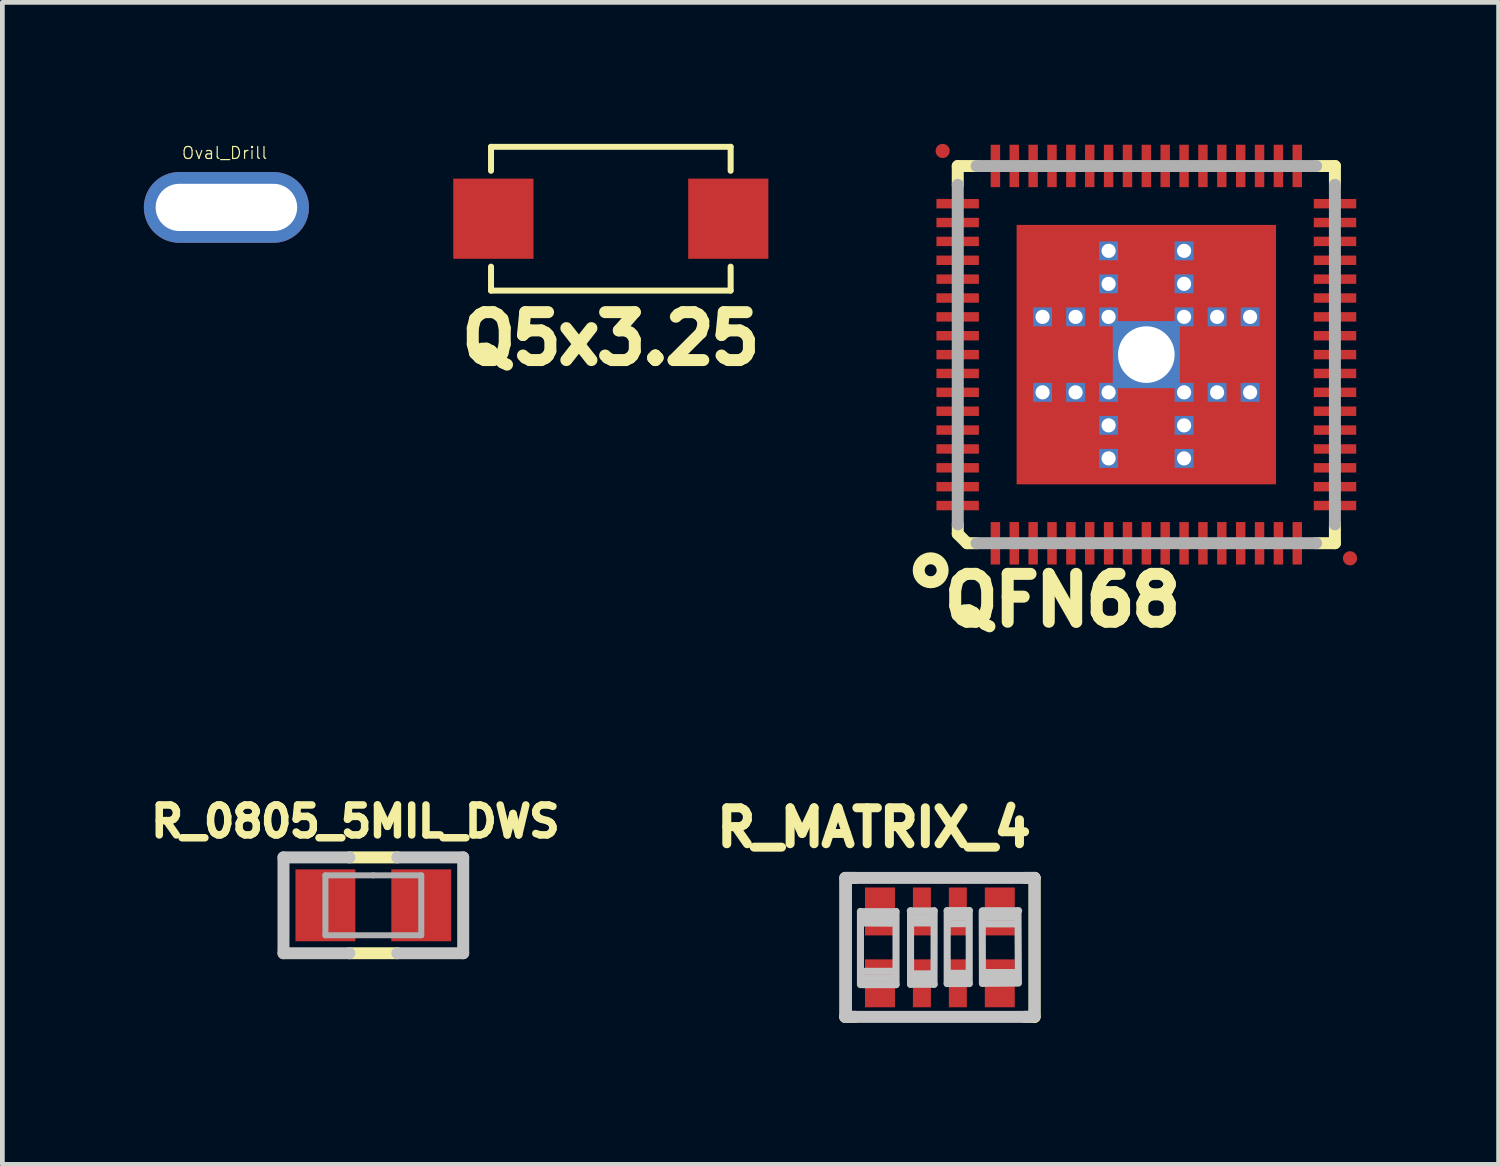
<source format=kicad_pcb>
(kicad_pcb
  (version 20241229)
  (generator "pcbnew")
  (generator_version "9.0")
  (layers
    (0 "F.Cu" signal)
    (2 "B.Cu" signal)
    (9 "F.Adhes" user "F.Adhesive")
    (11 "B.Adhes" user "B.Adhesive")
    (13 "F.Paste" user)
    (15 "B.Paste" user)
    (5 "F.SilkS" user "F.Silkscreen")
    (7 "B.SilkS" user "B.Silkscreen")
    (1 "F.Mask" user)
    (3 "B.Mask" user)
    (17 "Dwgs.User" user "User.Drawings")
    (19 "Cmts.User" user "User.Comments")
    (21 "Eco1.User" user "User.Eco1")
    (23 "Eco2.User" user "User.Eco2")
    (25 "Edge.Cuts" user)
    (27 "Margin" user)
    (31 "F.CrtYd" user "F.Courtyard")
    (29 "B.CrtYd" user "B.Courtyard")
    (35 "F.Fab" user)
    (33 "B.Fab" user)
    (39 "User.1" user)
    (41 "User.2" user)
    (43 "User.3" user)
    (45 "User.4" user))
  (footprint "Q5x3.25"
    (layer "F.Cu")
    (at 9.9 1.587)
    (property "Reference" "Q5x3.25" (at 0 2.54 0) (layer "F.SilkS") (effects (font (size 1.016 1.016) (thickness 0.254))))
    (attr smd)
    (fp_line (start -2.54 -1.524) (end 2.54 -1.524) (stroke (width 0.127) (type solid)) (layer "F.SilkS"))
    (fp_line (start -2.54 -1.016) (end -2.54 -1.524) (stroke (width 0.127) (type solid)) (layer "F.SilkS"))
    (fp_line (start -2.54 1.524) (end -2.54 1.016) (stroke (width 0.127) (type solid)) (layer "F.SilkS"))
    (fp_line (start 2.54 -1.524) (end 2.54 -1.016) (stroke (width 0.127) (type solid)) (layer "F.SilkS"))
    (fp_line (start 2.54 1.016) (end 2.54 1.524) (stroke (width 0.127) (type solid)) (layer "F.SilkS"))
    (fp_line (start 2.54 1.524) (end -2.54 1.524) (stroke (width 0.127) (type solid)) (layer "F.SilkS"))
    (pad "1" smd rect (at -2.49 0) (size 1.7 1.7) (layers "F.Cu" "F.Mask" "F.Paste"))
    (pad "2" smd rect (at 2.49 0) (size 1.7 1.7) (layers "F.Cu" "F.Mask" "F.Paste")))
  (footprint "QFN68"
    (layer "F.Cu")
    (at 21.253 4.468)
    (property "Reference" "QFN68" (at -1.778 5.207 0) (layer "F.SilkS") (effects (font (size 1.016 1.016) (thickness 0.254))))
    (attr smd)
    (fp_line (start -3.998 -3.998) (end -3.998 -3.599) (stroke (width 0.254) (type solid)) (layer "F.SilkS"))
    (fp_line (start -3.998 3.599) (end -3.998 3.8) (stroke (width 0.254) (type solid)) (layer "F.SilkS"))
    (fp_line (start -3.998 3.8) (end -3.8 3.998) (stroke (width 0.254) (type solid)) (layer "F.SilkS"))
    (fp_line (start -3.8 3.998) (end -3.599 3.998) (stroke (width 0.254) (type solid)) (layer "F.SilkS"))
    (fp_line (start -3.599 -3.998) (end -3.998 -3.998) (stroke (width 0.254) (type solid)) (layer "F.SilkS"))
    (fp_line (start 3.599 3.998) (end 3.998 3.998) (stroke (width 0.254) (type solid)) (layer "F.SilkS"))
    (fp_line (start 3.998 -3.998) (end 3.599 -3.998) (stroke (width 0.254) (type solid)) (layer "F.SilkS"))
    (fp_line (start 3.998 -3.599) (end 3.998 -3.998) (stroke (width 0.254) (type solid)) (layer "F.SilkS"))
    (fp_line (start 3.998 3.998) (end 3.998 3.599) (stroke (width 0.254) (type solid)) (layer "F.SilkS"))
    (fp_circle (center -4.572 4.572) (end -4.318 4.572) (stroke (width 0.254) (type solid)) (fill no) (layer "F.SilkS"))
    (fp_line (start -3.998 -3.599) (end -3.998 3.599) (stroke (width 0.254) (type solid)) (layer "F.Fab"))
    (fp_line (start -3.599 3.998) (end 3.599 3.998) (stroke (width 0.254) (type solid)) (layer "F.Fab"))
    (fp_line (start 3.599 -3.998) (end -3.599 -3.998) (stroke (width 0.254) (type solid)) (layer "F.Fab"))
    (fp_line (start 3.998 3.599) (end 3.998 -3.599) (stroke (width 0.254) (type solid)) (layer "F.Fab"))
    (pad "" smd rect (at -1.8 0) (size 1.6 1.2) (layers "F.Paste"))
    (pad "" smd rect (at -1.75 -1.8) (size 1.5 1.6) (layers "F.Paste"))
    (pad "" smd rect (at -1.75 1.8) (size 1.5 1.6) (layers "F.Paste"))
    (pad "" smd rect (at 0 -1.8) (size 1.2 1.6) (layers "F.Paste"))
    (pad "" smd rect (at 0 1.75) (size 1.2 1.7) (layers "F.Paste"))
    (pad "" smd rect (at 1.75 -1.8) (size 1.5 1.6) (layers "F.Paste"))
    (pad "" smd rect (at 1.75 1.8) (size 1.5 1.6) (layers "F.Paste"))
    (pad "" smd rect (at 1.8 0) (size 1.6 1.2) (layers "F.Paste"))
    (pad "1" smd rect (at -3.2 4) (size 0.2 0.9) (layers "F.Cu" "F.Mask" "F.Paste"))
    (pad "2" smd rect (at -2.8 4) (size 0.2 0.9) (layers "F.Cu" "F.Mask" "F.Paste"))
    (pad "3" smd rect (at -2.4 4) (size 0.2 0.9) (layers "F.Cu" "F.Mask" "F.Paste"))
    (pad "4" smd rect (at -2 4) (size 0.2 0.9) (layers "F.Cu" "F.Mask" "F.Paste"))
    (pad "5" smd rect (at -1.6 4) (size 0.2 0.9) (layers "F.Cu" "F.Mask" "F.Paste"))
    (pad "6" smd rect (at -1.2 4) (size 0.2 0.9) (layers "F.Cu" "F.Mask" "F.Paste"))
    (pad "7" smd rect (at -0.8 4) (size 0.2 0.9) (layers "F.Cu" "F.Mask" "F.Paste"))
    (pad "8" smd rect (at -0.4 4) (size 0.2 0.9) (layers "F.Cu" "F.Mask" "F.Paste"))
    (pad "9" smd rect (at 0 4) (size 0.2 0.9) (layers "F.Cu" "F.Mask" "F.Paste"))
    (pad "10" smd rect (at 0.4 4) (size 0.2 0.9) (layers "F.Cu" "F.Mask" "F.Paste"))
    (pad "11" smd rect (at 0.8 4) (size 0.2 0.9) (layers "F.Cu" "F.Mask" "F.Paste"))
    (pad "12" smd rect (at 1.2 4) (size 0.2 0.9) (layers "F.Cu" "F.Mask" "F.Paste"))
    (pad "13" smd rect (at 1.6 4) (size 0.2 0.9) (layers "F.Cu" "F.Mask" "F.Paste"))
    (pad "14" smd rect (at 2 4) (size 0.2 0.9) (layers "F.Cu" "F.Mask" "F.Paste"))
    (pad "15" smd rect (at 2.4 4) (size 0.2 0.9) (layers "F.Cu" "F.Mask" "F.Paste"))
    (pad "16" smd rect (at 2.8 4) (size 0.2 0.9) (layers "F.Cu" "F.Mask" "F.Paste"))
    (pad "17" smd rect (at 3.2 4) (size 0.2 0.9) (layers "F.Cu" "F.Mask" "F.Paste"))
    (pad "18" smd rect (at 4 3.2 90) (size 0.2 0.9) (layers "F.Cu" "F.Mask" "F.Paste"))
    (pad "19" smd rect (at 4 2.8 90) (size 0.2 0.9) (layers "F.Cu" "F.Mask" "F.Paste"))
    (pad "20" smd rect (at 4 2.4 90) (size 0.2 0.9) (layers "F.Cu" "F.Mask" "F.Paste"))
    (pad "21" smd rect (at 4 2 90) (size 0.2 0.9) (layers "F.Cu" "F.Mask" "F.Paste"))
    (pad "22" smd rect (at 4 1.6 90) (size 0.2 0.9) (layers "F.Cu" "F.Mask" "F.Paste"))
    (pad "23" smd rect (at 4 1.2 90) (size 0.2 0.9) (layers "F.Cu" "F.Mask" "F.Paste"))
    (pad "24" smd rect (at 4 0.8 90) (size 0.2 0.9) (layers "F.Cu" "F.Mask" "F.Paste"))
    (pad "25" smd rect (at 4 0.4 90) (size 0.2 0.9) (layers "F.Cu" "F.Mask" "F.Paste"))
    (pad "26" smd rect (at 4 0 90) (size 0.2 0.9) (layers "F.Cu" "F.Mask" "F.Paste"))
    (pad "27" smd rect (at 4 -0.4 90) (size 0.2 0.9) (layers "F.Cu" "F.Mask" "F.Paste"))
    (pad "28" smd rect (at 4 -0.8 90) (size 0.2 0.9) (layers "F.Cu" "F.Mask" "F.Paste"))
    (pad "29" smd rect (at 4 -1.2 90) (size 0.2 0.9) (layers "F.Cu" "F.Mask" "F.Paste"))
    (pad "30" smd rect (at 4 -1.6 90) (size 0.2 0.9) (layers "F.Cu" "F.Mask" "F.Paste"))
    (pad "31" smd rect (at 4 -2 90) (size 0.2 0.9) (layers "F.Cu" "F.Mask" "F.Paste"))
    (pad "32" smd rect (at 4 -2.4 90) (size 0.2 0.9) (layers "F.Cu" "F.Mask" "F.Paste"))
    (pad "33" smd rect (at 4 -2.8 90) (size 0.2 0.9) (layers "F.Cu" "F.Mask" "F.Paste"))
    (pad "34" smd rect (at 4 -3.2 90) (size 0.2 0.9) (layers "F.Cu" "F.Mask" "F.Paste"))
    (pad "35" smd rect (at 3.2 -4 180) (size 0.2 0.9) (layers "F.Cu" "F.Mask" "F.Paste"))
    (pad "36" smd rect (at 2.8 -4 180) (size 0.2 0.9) (layers "F.Cu" "F.Mask" "F.Paste"))
    (pad "37" smd rect (at 2.4 -4 180) (size 0.2 0.9) (layers "F.Cu" "F.Mask" "F.Paste"))
    (pad "38" smd rect (at 2 -4 180) (size 0.2 0.9) (layers "F.Cu" "F.Mask" "F.Paste"))
    (pad "39" smd rect (at 1.6 -4 180) (size 0.2 0.9) (layers "F.Cu" "F.Mask" "F.Paste"))
    (pad "40" smd rect (at 1.2 -4 180) (size 0.2 0.9) (layers "F.Cu" "F.Mask" "F.Paste"))
    (pad "41" smd rect (at 0.8 -4 180) (size 0.2 0.9) (layers "F.Cu" "F.Mask" "F.Paste"))
    (pad "42" smd rect (at 0.4 -4 180) (size 0.2 0.9) (layers "F.Cu" "F.Mask" "F.Paste"))
    (pad "43" smd rect (at 0 -4 180) (size 0.2 0.9) (layers "F.Cu" "F.Mask" "F.Paste"))
    (pad "44" smd rect (at -0.4 -4 180) (size 0.2 0.9) (layers "F.Cu" "F.Mask" "F.Paste"))
    (pad "45" smd rect (at -0.8 -4 180) (size 0.2 0.9) (layers "F.Cu" "F.Mask" "F.Paste"))
    (pad "46" smd rect (at -1.2 -4 180) (size 0.2 0.9) (layers "F.Cu" "F.Mask" "F.Paste"))
    (pad "47" smd rect (at -1.6 -4 180) (size 0.2 0.9) (layers "F.Cu" "F.Mask" "F.Paste"))
    (pad "48" smd rect (at -2 -4 180) (size 0.2 0.9) (layers "F.Cu" "F.Mask" "F.Paste"))
    (pad "49" smd rect (at -2.4 -4 180) (size 0.2 0.9) (layers "F.Cu" "F.Mask" "F.Paste"))
    (pad "50" smd rect (at -2.8 -4 180) (size 0.2 0.9) (layers "F.Cu" "F.Mask" "F.Paste"))
    (pad "51" smd rect (at -3.2 -4 180) (size 0.2 0.9) (layers "F.Cu" "F.Mask" "F.Paste"))
    (pad "52" smd rect (at -4 -3.2 270) (size 0.2 0.9) (layers "F.Cu" "F.Mask" "F.Paste"))
    (pad "53" smd rect (at -4 -2.8 270) (size 0.2 0.9) (layers "F.Cu" "F.Mask" "F.Paste"))
    (pad "54" smd rect (at -4 -2.4 270) (size 0.2 0.9) (layers "F.Cu" "F.Mask" "F.Paste"))
    (pad "55" smd rect (at -4 -2 270) (size 0.2 0.9) (layers "F.Cu" "F.Mask" "F.Paste"))
    (pad "56" smd rect (at -4 -1.6 270) (size 0.2 0.9) (layers "F.Cu" "F.Mask" "F.Paste"))
    (pad "57" smd rect (at -4 -1.2 270) (size 0.2 0.9) (layers "F.Cu" "F.Mask" "F.Paste"))
    (pad "58" smd rect (at -4 -0.8 270) (size 0.2 0.9) (layers "F.Cu" "F.Mask" "F.Paste"))
    (pad "59" smd rect (at -4 -0.4 270) (size 0.2 0.9) (layers "F.Cu" "F.Mask" "F.Paste"))
    (pad "60" smd rect (at -4 0 270) (size 0.2 0.9) (layers "F.Cu" "F.Mask" "F.Paste"))
    (pad "61" smd rect (at -4 0.4 270) (size 0.2 0.9) (layers "F.Cu" "F.Mask" "F.Paste"))
    (pad "62" smd rect (at -4 0.8 270) (size 0.2 0.9) (layers "F.Cu" "F.Mask" "F.Paste"))
    (pad "63" smd rect (at -4 1.2 270) (size 0.2 0.9) (layers "F.Cu" "F.Mask" "F.Paste"))
    (pad "64" smd rect (at -4 1.6 270) (size 0.2 0.9) (layers "F.Cu" "F.Mask" "F.Paste"))
    (pad "65" smd rect (at -4 2 270) (size 0.2 0.9) (layers "F.Cu" "F.Mask" "F.Paste"))
    (pad "66" smd rect (at -4 2.4 270) (size 0.2 0.9) (layers "F.Cu" "F.Mask" "F.Paste"))
    (pad "67" smd rect (at -4 2.8 270) (size 0.2 0.9) (layers "F.Cu" "F.Mask" "F.Paste"))
    (pad "68" smd rect (at -4 3.2 270) (size 0.2 0.9) (layers "F.Cu" "F.Mask" "F.Paste"))
    (pad "69" thru_hole rect (at -2.2 -0.8) (size 0.4 0.4) (drill 0.3) (layers "*.Cu" "*.Mask"))
    (pad "69" thru_hole rect (at -2.2 0.8) (size 0.4 0.4) (drill 0.3) (layers "*.Cu" "*.Mask"))
    (pad "69" thru_hole rect (at -1.5 -0.8) (size 0.4 0.4) (drill 0.3) (layers "*.Cu" "*.Mask"))
    (pad "69" thru_hole rect (at -1.5 0.8) (size 0.4 0.4) (drill 0.3) (layers "*.Cu" "*.Mask"))
    (pad "69" thru_hole rect (at -0.8 -2.2) (size 0.4 0.4) (drill 0.3) (layers "*.Cu" "*.Mask"))
    (pad "69" thru_hole rect (at -0.8 -1.5) (size 0.4 0.4) (drill 0.3) (layers "*.Cu" "*.Mask"))
    (pad "69" thru_hole rect (at -0.8 -0.8) (size 0.4 0.4) (drill 0.3) (layers "*.Cu" "*.Mask"))
    (pad "69" thru_hole rect (at -0.8 0.8) (size 0.4 0.4) (drill 0.3) (layers "*.Cu" "*.Mask"))
    (pad "69" thru_hole rect (at -0.8 1.5) (size 0.4 0.4) (drill 0.3) (layers "*.Cu" "*.Mask"))
    (pad "69" thru_hole rect (at -0.8 2.2) (size 0.4 0.4) (drill 0.3) (layers "*.Cu" "*.Mask"))
    (pad "69" thru_hole rect (at 0 0) (size 1.422 1.422) (drill 1.2) (layers "*.Cu" "*.Mask"))
    (pad "69" smd rect (at 0 0) (size 5.5 5.5) (layers "F.Cu" "F.Mask"))
    (pad "69" thru_hole rect (at 0.8 -2.2) (size 0.4 0.4) (drill 0.3) (layers "*.Cu" "*.Mask"))
    (pad "69" thru_hole rect (at 0.8 -1.5) (size 0.4 0.4) (drill 0.3) (layers "*.Cu" "*.Mask"))
    (pad "69" thru_hole rect (at 0.8 -0.8) (size 0.4 0.4) (drill 0.3) (layers "*.Cu" "*.Mask"))
    (pad "69" thru_hole rect (at 0.8 0.8) (size 0.4 0.4) (drill 0.3) (layers "*.Cu" "*.Mask"))
    (pad "69" thru_hole rect (at 0.8 1.5) (size 0.4 0.4) (drill 0.3) (layers "*.Cu" "*.Mask"))
    (pad "69" thru_hole rect (at 0.8 2.2) (size 0.4 0.4) (drill 0.3) (layers "*.Cu" "*.Mask"))
    (pad "69" thru_hole rect (at 1.5 -0.8) (size 0.4 0.4) (drill 0.3) (layers "*.Cu" "*.Mask"))
    (pad "69" thru_hole rect (at 1.5 0.8) (size 0.4 0.4) (drill 0.3) (layers "*.Cu" "*.Mask"))
    (pad "69" thru_hole rect (at 2.2 -0.8) (size 0.4 0.4) (drill 0.3) (layers "*.Cu" "*.Mask"))
    (pad "69" thru_hole rect (at 2.2 0.8) (size 0.4 0.4) (drill 0.3) (layers "*.Cu" "*.Mask"))
    (pad "Fid1" smd circle (at -4.318 -4.318) (size 0.3 0.3) (layers "F.Cu" "F.Mask"))
    (pad "Fid2" smd circle (at 4.318 4.318) (size 0.3 0.3) (layers "F.Cu" "F.Mask")))
  (footprint "Oval_Drill"
    (layer "F.Cu")
    (at 1.75 1.347)
    (property "Reference" "Oval_Drill" (at -0.038 -1.154 0) (layer "F.SilkS") (effects (font (size 0.254 0.254) (thickness 0.025))))
    (attr through_hole)
    (pad "1" thru_hole oval (at 0 0) (size 3.5 1.5) (drill oval 3 1) (layers "*.Cu" "*.Mask")))
  (footprint "R_0805_5MIL_DWS"
    (layer "F.Cu")
    (at 4.865 16.143)
    (property "Reference" "R_0805_5MIL_DWS" (at -0.381 -1.778 0) (layer "F.SilkS") (effects (font (size 0.635 0.635) (thickness 0.159))))
    (attr smd)
    (fp_line (start -0.508 -1.016) (end 0.508 -1.016) (stroke (width 0.254) (type solid)) (layer "F.SilkS"))
    (fp_line (start -0.508 1.016) (end 0.508 1.016) (stroke (width 0.254) (type solid)) (layer "F.SilkS"))
    (fp_line (start -1.905 -1.016) (end -1.905 1.016) (stroke (width 0.254) (type solid)) (layer "Dwgs.User"))
    (fp_line (start -0.508 -1.016) (end -1.905 -1.016) (stroke (width 0.254) (type solid)) (layer "Dwgs.User"))
    (fp_line (start -0.508 1.016) (end -1.905 1.016) (stroke (width 0.254) (type solid)) (layer "Dwgs.User"))
    (fp_line (start 1.905 -1.016) (end 0.508 -1.016) (stroke (width 0.254) (type solid)) (layer "Dwgs.User"))
    (fp_line (start 1.905 -1.016) (end 1.905 1.016) (stroke (width 0.254) (type solid)) (layer "Dwgs.User"))
    (fp_line (start 1.905 1.016) (end 0.508 1.016) (stroke (width 0.254) (type solid)) (layer "Dwgs.User"))
    (fp_line (start -1.016 -0.635) (end -1.016 0.635) (stroke (width 0.127) (type solid)) (layer "F.Fab"))
    (fp_line (start -1.016 0.635) (end 1.016 0.635) (stroke (width 0.127) (type solid)) (layer "F.Fab"))
    (fp_line (start 0 -0.635) (end -1.016 -0.635) (stroke (width 0.127) (type solid)) (layer "F.Fab"))
    (fp_line (start 1.016 -0.635) (end 0 -0.635) (stroke (width 0.127) (type solid)) (layer "F.Fab"))
    (fp_line (start 1.016 0.635) (end 1.016 -0.635) (stroke (width 0.127) (type solid)) (layer "F.Fab"))
    (pad "1" smd rect (at -1.016 0 90) (size 1.524 1.27) (layers "F.Cu" "F.Mask" "F.Paste"))
    (pad "2" smd rect (at 1.016 0 90) (size 1.524 1.27) (layers "F.Cu" "F.Mask" "F.Paste")))
  (footprint "R_MATRIX_4"
    (layer "F.Cu")
    (at 16.876 17.035)
    (property "Reference" "R_MATRIX_4" (at -1.397 -2.54 0) (layer "F.SilkS") (effects (font (size 0.762 0.762) (thickness 0.191))))
    (attr smd)
    (fp_line (start -2.007 1.473) (end -1.791 1.473) (stroke (width 0.254) (type solid)) (layer "F.SilkS"))
    (fp_line (start -1.994 -1.473) (end -1.994 1.473) (stroke (width 0.254) (type solid)) (layer "F.SilkS"))
    (fp_line (start -1.981 -1.473) (end -1.803 -1.473) (stroke (width 0.254) (type solid)) (layer "F.SilkS"))
    (fp_line (start 1.816 -1.473) (end 2.007 -1.473) (stroke (width 0.254) (type solid)) (layer "F.SilkS"))
    (fp_line (start 2.007 -1.473) (end 2.007 1.473) (stroke (width 0.254) (type solid)) (layer "F.SilkS"))
    (fp_line (start 2.007 1.473) (end 1.791 1.473) (stroke (width 0.254) (type solid)) (layer "F.SilkS"))
    (fp_line (start -2.007 -1.473) (end -2.007 1.473) (stroke (width 0.254) (type solid)) (layer "Dwgs.User"))
    (fp_line (start -2.007 -1.473) (end 2.007 -1.473) (stroke (width 0.254) (type solid)) (layer "Dwgs.User"))
    (fp_line (start -2.007 1.473) (end 1.943 1.473) (stroke (width 0.254) (type solid)) (layer "Dwgs.User"))
    (fp_line (start -1.684 -0.762) (end -1.684 0.79) (stroke (width 0.15) (type solid)) (layer "Dwgs.User"))
    (fp_line (start -1.679 -0.757) (end -0.932 -0.757) (stroke (width 0.15) (type solid)) (layer "Dwgs.User"))
    (fp_line (start -1.643 -0.518) (end -1.029 -0.513) (stroke (width 0.15) (type solid)) (layer "Dwgs.User"))
    (fp_line (start -1.615 0.655) (end -1.008 0.653) (stroke (width 0.15) (type solid)) (layer "Dwgs.User"))
    (fp_line (start -0.98 0.508) (end -1.618 0.508) (stroke (width 0.15) (type solid)) (layer "Dwgs.User"))
    (fp_line (start -0.94 -0.622) (end -1.638 -0.622) (stroke (width 0.15) (type solid)) (layer "Dwgs.User"))
    (fp_line (start -0.93 -0.762) (end -0.93 0.79) (stroke (width 0.15) (type solid)) (layer "Dwgs.User"))
    (fp_line (start -0.93 0.79) (end -1.638 0.79) (stroke (width 0.15) (type solid)) (layer "Dwgs.User"))
    (fp_line (start -0.627 -0.772) (end -0.122 -0.772) (stroke (width 0.15) (type solid)) (layer "Dwgs.User"))
    (fp_line (start -0.622 0.782) (end -0.622 -0.777) (stroke (width 0.15) (type solid)) (layer "Dwgs.User"))
    (fp_line (start -0.602 -0.632) (end -0.213 -0.63) (stroke (width 0.15) (type solid)) (layer "Dwgs.User"))
    (fp_line (start -0.589 0.561) (end -0.18 0.561) (stroke (width 0.15) (type solid)) (layer "Dwgs.User"))
    (fp_line (start -0.582 -0.518) (end -0.185 -0.518) (stroke (width 0.15) (type solid)) (layer "Dwgs.User"))
    (fp_line (start -0.582 0.645) (end -0.239 0.645) (stroke (width 0.15) (type solid)) (layer "Dwgs.User"))
    (fp_line (start -0.124 0.782) (end -0.622 0.782) (stroke (width 0.15) (type solid)) (layer "Dwgs.User"))
    (fp_line (start -0.122 -0.777) (end -0.124 0.782) (stroke (width 0.15) (type solid)) (layer "Dwgs.User"))
    (fp_line (start 0.155 -0.78) (end 0.625 -0.78) (stroke (width 0.15) (type solid)) (layer "Dwgs.User"))
    (fp_line (start 0.155 0.767) (end 0.155 -0.777) (stroke (width 0.15) (type solid)) (layer "Dwgs.User"))
    (fp_line (start 0.163 -0.503) (end 0.594 -0.503) (stroke (width 0.15) (type solid)) (layer "Dwgs.User"))
    (fp_line (start 0.165 0.551) (end 0.584 0.551) (stroke (width 0.15) (type solid)) (layer "Dwgs.User"))
    (fp_line (start 0.175 0.66) (end 0.554 0.663) (stroke (width 0.15) (type solid)) (layer "Dwgs.User"))
    (fp_line (start 0.185 -0.645) (end 0.551 -0.645) (stroke (width 0.15) (type solid)) (layer "Dwgs.User"))
    (fp_line (start 0.622 -0.782) (end 0.622 0.767) (stroke (width 0.15) (type solid)) (layer "Dwgs.User"))
    (fp_line (start 0.622 0.767) (end 0.155 0.767) (stroke (width 0.15) (type solid)) (layer "Dwgs.User"))
    (fp_line (start 0.902 0.762) (end 0.897 -0.767) (stroke (width 0.15) (type solid)) (layer "Dwgs.User"))
    (fp_line (start 0.907 -0.777) (end 1.669 -0.777) (stroke (width 0.15) (type solid)) (layer "Dwgs.User"))
    (fp_line (start 0.953 0.533) (end 1.608 0.533) (stroke (width 0.15) (type solid)) (layer "Dwgs.User"))
    (fp_line (start 0.958 -0.498) (end 1.6 -0.498) (stroke (width 0.15) (type solid)) (layer "Dwgs.User"))
    (fp_line (start 0.993 -0.64) (end 1.575 -0.64) (stroke (width 0.15) (type solid)) (layer "Dwgs.User"))
    (fp_line (start 1.638 0.648) (end 1.008 0.655) (stroke (width 0.15) (type solid)) (layer "Dwgs.User"))
    (fp_line (start 1.656 -0.777) (end 1.664 0.742) (stroke (width 0.15) (type solid)) (layer "Dwgs.User"))
    (fp_line (start 1.664 0.757) (end 0.902 0.762) (stroke (width 0.15) (type solid)) (layer "Dwgs.User"))
    (fp_line (start 2.007 -1.473) (end 2.007 1.46) (stroke (width 0.254) (type solid)) (layer "Dwgs.User"))
    (pad "1.1" smd rect (at -1.27 0.762) (size 0.635 1.016) (layers "F.Cu" "F.Mask" "F.Paste"))
    (pad "1.2" smd rect (at -1.27 -0.762) (size 0.635 1.016) (layers "F.Cu" "F.Mask" "F.Paste"))
    (pad "2.1" smd rect (at -0.381 0.762) (size 0.381 1.016) (layers "F.Cu" "F.Mask" "F.Paste"))
    (pad "2.2" smd rect (at -0.381 -0.762) (size 0.381 1.016) (layers "F.Cu" "F.Mask" "F.Paste"))
    (pad "3.1" smd rect (at 0.381 0.762) (size 0.381 1.016) (layers "F.Cu" "F.Mask" "F.Paste"))
    (pad "3.2" smd rect (at 0.381 -0.762) (size 0.381 1.016) (layers "F.Cu" "F.Mask" "F.Paste"))
    (pad "4.1" smd rect (at 1.27 0.762) (size 0.635 1.016) (layers "F.Cu" "F.Mask" "F.Paste"))
    (pad "4.2" smd rect (at 1.27 -0.762) (size 0.635 1.016) (layers "F.Cu" "F.Mask" "F.Paste")))
  (gr_rect
    (start -3 -3)
    (end 28.721 21.635)
    (stroke (width 0.1) (type default))
    (fill no)
    (layer "Edge.Cuts")))
</source>
